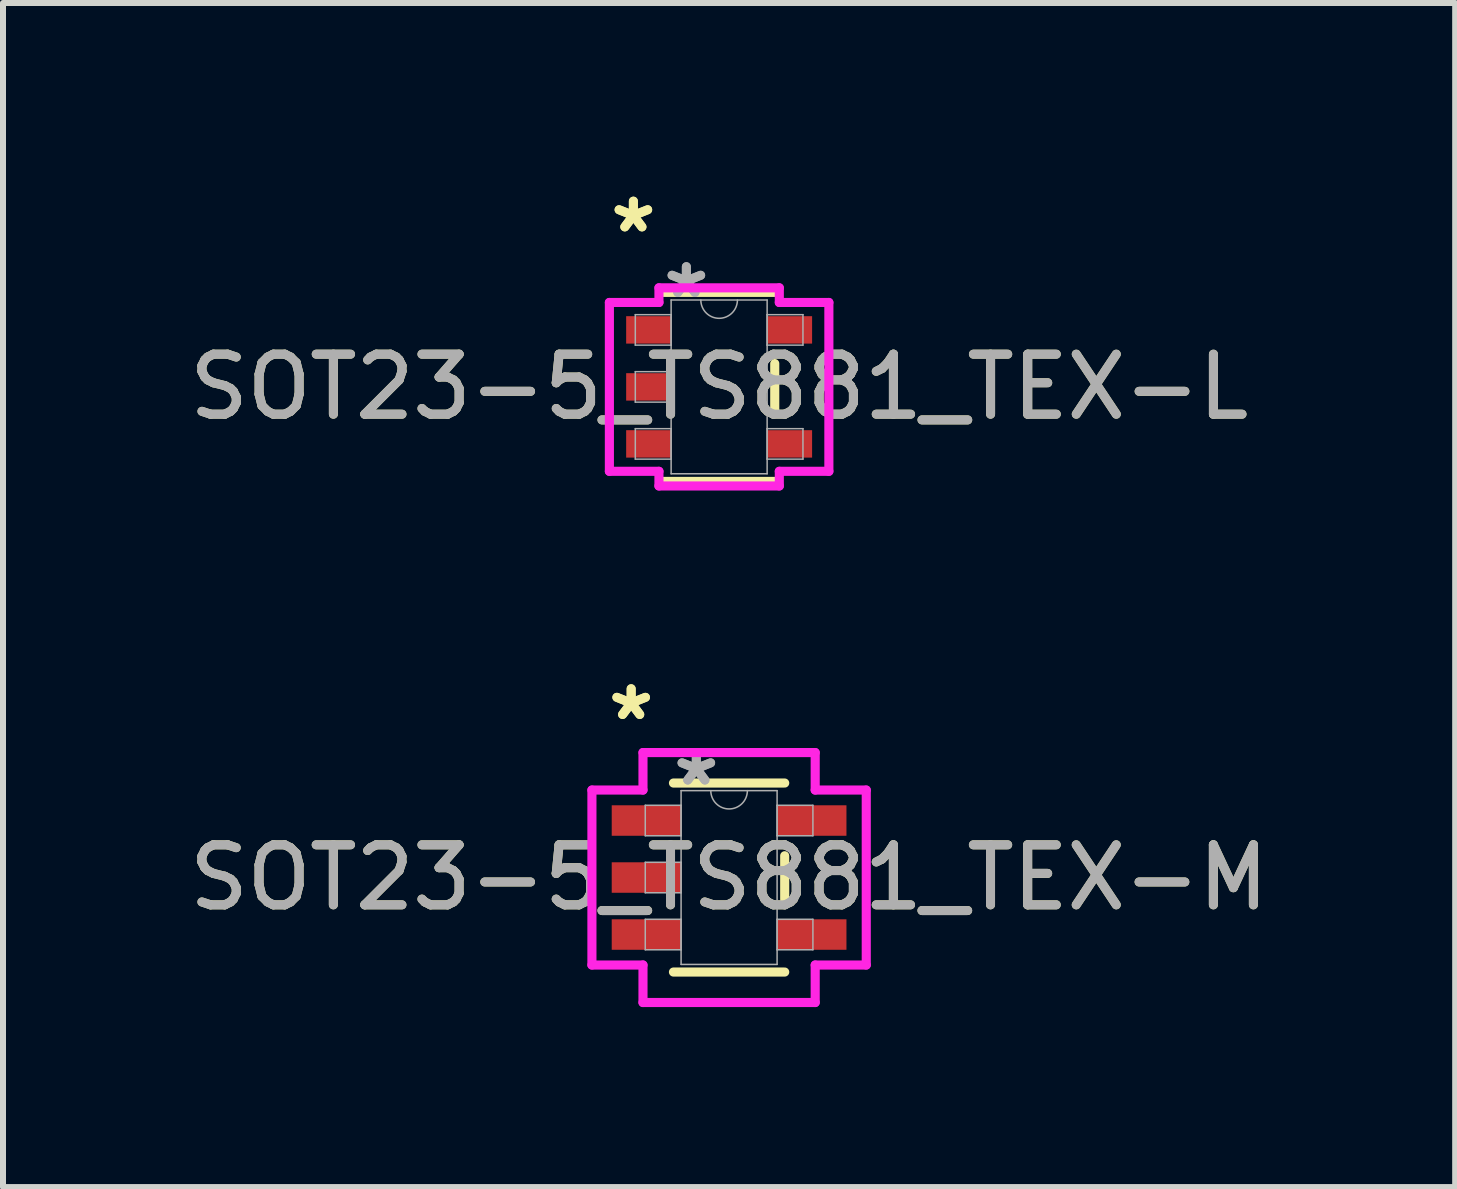
<source format=kicad_pcb>
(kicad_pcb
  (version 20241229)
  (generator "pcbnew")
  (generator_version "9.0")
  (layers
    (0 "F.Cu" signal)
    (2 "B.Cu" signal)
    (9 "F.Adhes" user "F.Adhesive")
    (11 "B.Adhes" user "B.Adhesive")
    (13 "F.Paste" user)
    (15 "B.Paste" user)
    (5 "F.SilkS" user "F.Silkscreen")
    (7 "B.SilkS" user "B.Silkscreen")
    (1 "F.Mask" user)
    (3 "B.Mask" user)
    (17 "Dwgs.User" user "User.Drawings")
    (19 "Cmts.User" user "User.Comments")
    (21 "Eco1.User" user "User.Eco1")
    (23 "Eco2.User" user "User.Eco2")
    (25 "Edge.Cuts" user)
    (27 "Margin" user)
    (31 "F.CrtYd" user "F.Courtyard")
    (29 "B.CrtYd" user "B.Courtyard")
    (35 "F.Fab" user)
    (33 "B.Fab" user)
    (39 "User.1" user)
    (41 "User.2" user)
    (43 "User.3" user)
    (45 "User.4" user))
  (footprint "SOT23-5_TS881_TEX-L"
    (layer "F.Cu")
    (at 8.935 3.398)
    (property "Reference" "SOT23-5_TS881_TEX-L" (at 0 0 0) (unlocked yes) (layer "F.SilkS") (effects (font (size 1 1) (thickness 0.15))))
    (attr smd)
    (fp_line (start -0.927 1.575) (end 0.927 1.575) (stroke (width 0.152) (type solid)) (layer "F.SilkS"))
    (fp_line (start 0.927 -1.575) (end -0.927 -1.575) (stroke (width 0.152) (type solid)) (layer "F.SilkS"))
    (fp_line (start 0.927 0.389) (end 0.927 -0.389) (stroke (width 0.152) (type solid)) (layer "F.SilkS"))
    (fp_line (start -1.829 -1.407) (end -1.003 -1.407) (stroke (width 0.152) (type solid)) (layer "F.CrtYd"))
    (fp_line (start -1.829 1.407) (end -1.829 -1.407) (stroke (width 0.152) (type solid)) (layer "F.CrtYd"))
    (fp_line (start -1.003 -1.651) (end 1.003 -1.651) (stroke (width 0.152) (type solid)) (layer "F.CrtYd"))
    (fp_line (start -1.003 -1.407) (end -1.003 -1.651) (stroke (width 0.152) (type solid)) (layer "F.CrtYd"))
    (fp_line (start -1.003 1.407) (end -1.829 1.407) (stroke (width 0.152) (type solid)) (layer "F.CrtYd"))
    (fp_line (start -1.003 1.651) (end -1.003 1.407) (stroke (width 0.152) (type solid)) (layer "F.CrtYd"))
    (fp_line (start 1.003 -1.651) (end 1.003 -1.407) (stroke (width 0.152) (type solid)) (layer "F.CrtYd"))
    (fp_line (start 1.003 -1.407) (end 1.829 -1.407) (stroke (width 0.152) (type solid)) (layer "F.CrtYd"))
    (fp_line (start 1.003 1.407) (end 1.003 1.651) (stroke (width 0.152) (type solid)) (layer "F.CrtYd"))
    (fp_line (start 1.003 1.651) (end -1.003 1.651) (stroke (width 0.152) (type solid)) (layer "F.CrtYd"))
    (fp_line (start 1.829 -1.407) (end 1.829 1.407) (stroke (width 0.152) (type solid)) (layer "F.CrtYd"))
    (fp_line (start 1.829 1.407) (end 1.003 1.407) (stroke (width 0.152) (type solid)) (layer "F.CrtYd"))
    (fp_line (start -1.397 -1.204) (end -1.397 -0.696) (stroke (width 0.025) (type solid)) (layer "F.Fab"))
    (fp_line (start -1.397 -0.696) (end -0.8 -0.696) (stroke (width 0.025) (type solid)) (layer "F.Fab"))
    (fp_line (start -1.397 -0.254) (end -1.397 0.254) (stroke (width 0.025) (type solid)) (layer "F.Fab"))
    (fp_line (start -1.397 0.254) (end -0.8 0.254) (stroke (width 0.025) (type solid)) (layer "F.Fab"))
    (fp_line (start -1.397 0.696) (end -1.397 1.204) (stroke (width 0.025) (type solid)) (layer "F.Fab"))
    (fp_line (start -1.397 1.204) (end -0.8 1.204) (stroke (width 0.025) (type solid)) (layer "F.Fab"))
    (fp_line (start -0.8 -1.448) (end -0.8 1.448) (stroke (width 0.025) (type solid)) (layer "F.Fab"))
    (fp_line (start -0.8 -1.204) (end -1.397 -1.204) (stroke (width 0.025) (type solid)) (layer "F.Fab"))
    (fp_line (start -0.8 -0.696) (end -0.8 -1.204) (stroke (width 0.025) (type solid)) (layer "F.Fab"))
    (fp_line (start -0.8 -0.254) (end -1.397 -0.254) (stroke (width 0.025) (type solid)) (layer "F.Fab"))
    (fp_line (start -0.8 0.254) (end -0.8 -0.254) (stroke (width 0.025) (type solid)) (layer "F.Fab"))
    (fp_line (start -0.8 0.696) (end -1.397 0.696) (stroke (width 0.025) (type solid)) (layer "F.Fab"))
    (fp_line (start -0.8 1.204) (end -0.8 0.696) (stroke (width 0.025) (type solid)) (layer "F.Fab"))
    (fp_line (start -0.8 1.448) (end 0.8 1.448) (stroke (width 0.025) (type solid)) (layer "F.Fab"))
    (fp_line (start 0.8 -1.448) (end -0.8 -1.448) (stroke (width 0.025) (type solid)) (layer "F.Fab"))
    (fp_line (start 0.8 -1.204) (end 0.8 -0.696) (stroke (width 0.025) (type solid)) (layer "F.Fab"))
    (fp_line (start 0.8 -0.696) (end 1.397 -0.696) (stroke (width 0.025) (type solid)) (layer "F.Fab"))
    (fp_line (start 0.8 0.696) (end 0.8 1.204) (stroke (width 0.025) (type solid)) (layer "F.Fab"))
    (fp_line (start 0.8 1.204) (end 1.397 1.204) (stroke (width 0.025) (type solid)) (layer "F.Fab"))
    (fp_line (start 0.8 1.448) (end 0.8 -1.448) (stroke (width 0.025) (type solid)) (layer "F.Fab"))
    (fp_line (start 1.397 -1.204) (end 0.8 -1.204) (stroke (width 0.025) (type solid)) (layer "F.Fab"))
    (fp_line (start 1.397 -0.696) (end 1.397 -1.204) (stroke (width 0.025) (type solid)) (layer "F.Fab"))
    (fp_line (start 1.397 0.696) (end 0.8 0.696) (stroke (width 0.025) (type solid)) (layer "F.Fab"))
    (fp_line (start 1.397 1.204) (end 1.397 0.696) (stroke (width 0.025) (type solid)) (layer "F.Fab"))
    (fp_arc (start 0.3048 -1.4478) (mid 0 -1.143) (end -0.3048 -1.4478) (stroke (width 0.0254) (type solid)) (layer "F.Fab"))
    (fp_text user "*" (at -1.429 -2.55 0) (layer "F.SilkS") (effects (font (size 1 1) (thickness 0.15))))
    (fp_text user "*" (at -1.429 -2.55 0) (unlocked yes) (layer "F.SilkS") (effects (font (size 1 1) (thickness 0.15))))
    (fp_text user "${REFERENCE}" (at 0 0 0) (unlocked yes) (layer "F.Fab") (effects (font (size 1 1) (thickness 0.15))))
    (fp_text user "*" (at -0.546 -1.458 0) (unlocked yes) (layer "F.Fab") (effects (font (size 1 1) (thickness 0.15))))
    (fp_text user "*" (at -0.546 -1.458 0) (layer "F.Fab") (effects (font (size 1 1) (thickness 0.15))))
    (pad "1" smd rect (at -1.175 -0.95) (size 0.749 0.457) (layers "F.Cu" "F.Mask" "F.Paste"))
    (pad "2" smd rect (at -1.175 0) (size 0.749 0.457) (layers "F.Cu" "F.Mask" "F.Paste"))
    (pad "3" smd rect (at -1.175 0.95) (size 0.749 0.457) (layers "F.Cu" "F.Mask" "F.Paste"))
    (pad "4" smd rect (at 1.175 0.95) (size 0.749 0.457) (layers "F.Cu" "F.Mask" "F.Paste"))
    (pad "5" smd rect (at 1.175 -0.95) (size 0.749 0.457) (layers "F.Cu" "F.Mask" "F.Paste")))
  (footprint "SOT23-5_TS881_TEX-M"
    (layer "F.Cu")
    (at 9.101 11.575)
    (property "Reference" "SOT23-5_TS881_TEX-M" (at 0 0 0) (unlocked yes) (layer "F.SilkS") (effects (font (size 1 1) (thickness 0.15))))
    (attr smd)
    (fp_line (start -0.927 1.575) (end 0.927 1.575) (stroke (width 0.152) (type solid)) (layer "F.SilkS"))
    (fp_line (start 0.927 -1.575) (end -0.927 -1.575) (stroke (width 0.152) (type solid)) (layer "F.SilkS"))
    (fp_line (start 0.927 0.363) (end 0.927 -0.363) (stroke (width 0.152) (type solid)) (layer "F.SilkS"))
    (fp_line (start -2.286 -1.458) (end -1.435 -1.458) (stroke (width 0.152) (type solid)) (layer "F.CrtYd"))
    (fp_line (start -2.286 1.458) (end -2.286 -1.458) (stroke (width 0.152) (type solid)) (layer "F.CrtYd"))
    (fp_line (start -1.435 -2.083) (end 1.435 -2.083) (stroke (width 0.152) (type solid)) (layer "F.CrtYd"))
    (fp_line (start -1.435 -1.458) (end -1.435 -2.083) (stroke (width 0.152) (type solid)) (layer "F.CrtYd"))
    (fp_line (start -1.435 1.458) (end -2.286 1.458) (stroke (width 0.152) (type solid)) (layer "F.CrtYd"))
    (fp_line (start -1.435 2.083) (end -1.435 1.458) (stroke (width 0.152) (type solid)) (layer "F.CrtYd"))
    (fp_line (start 1.435 -2.083) (end 1.435 -1.458) (stroke (width 0.152) (type solid)) (layer "F.CrtYd"))
    (fp_line (start 1.435 -1.458) (end 2.286 -1.458) (stroke (width 0.152) (type solid)) (layer "F.CrtYd"))
    (fp_line (start 1.435 1.458) (end 1.435 2.083) (stroke (width 0.152) (type solid)) (layer "F.CrtYd"))
    (fp_line (start 1.435 2.083) (end -1.435 2.083) (stroke (width 0.152) (type solid)) (layer "F.CrtYd"))
    (fp_line (start 2.286 -1.458) (end 2.286 1.458) (stroke (width 0.152) (type solid)) (layer "F.CrtYd"))
    (fp_line (start 2.286 1.458) (end 1.435 1.458) (stroke (width 0.152) (type solid)) (layer "F.CrtYd"))
    (fp_line (start -1.397 -1.204) (end -1.397 -0.696) (stroke (width 0.025) (type solid)) (layer "F.Fab"))
    (fp_line (start -1.397 -0.696) (end -0.8 -0.696) (stroke (width 0.025) (type solid)) (layer "F.Fab"))
    (fp_line (start -1.397 -0.254) (end -1.397 0.254) (stroke (width 0.025) (type solid)) (layer "F.Fab"))
    (fp_line (start -1.397 0.254) (end -0.8 0.254) (stroke (width 0.025) (type solid)) (layer "F.Fab"))
    (fp_line (start -1.397 0.696) (end -1.397 1.204) (stroke (width 0.025) (type solid)) (layer "F.Fab"))
    (fp_line (start -1.397 1.204) (end -0.8 1.204) (stroke (width 0.025) (type solid)) (layer "F.Fab"))
    (fp_line (start -0.8 -1.448) (end -0.8 1.448) (stroke (width 0.025) (type solid)) (layer "F.Fab"))
    (fp_line (start -0.8 -1.204) (end -1.397 -1.204) (stroke (width 0.025) (type solid)) (layer "F.Fab"))
    (fp_line (start -0.8 -0.696) (end -0.8 -1.204) (stroke (width 0.025) (type solid)) (layer "F.Fab"))
    (fp_line (start -0.8 -0.254) (end -1.397 -0.254) (stroke (width 0.025) (type solid)) (layer "F.Fab"))
    (fp_line (start -0.8 0.254) (end -0.8 -0.254) (stroke (width 0.025) (type solid)) (layer "F.Fab"))
    (fp_line (start -0.8 0.696) (end -1.397 0.696) (stroke (width 0.025) (type solid)) (layer "F.Fab"))
    (fp_line (start -0.8 1.204) (end -0.8 0.696) (stroke (width 0.025) (type solid)) (layer "F.Fab"))
    (fp_line (start -0.8 1.448) (end 0.8 1.448) (stroke (width 0.025) (type solid)) (layer "F.Fab"))
    (fp_line (start 0.8 -1.448) (end -0.8 -1.448) (stroke (width 0.025) (type solid)) (layer "F.Fab"))
    (fp_line (start 0.8 -1.204) (end 0.8 -0.696) (stroke (width 0.025) (type solid)) (layer "F.Fab"))
    (fp_line (start 0.8 -0.696) (end 1.397 -0.696) (stroke (width 0.025) (type solid)) (layer "F.Fab"))
    (fp_line (start 0.8 0.696) (end 0.8 1.204) (stroke (width 0.025) (type solid)) (layer "F.Fab"))
    (fp_line (start 0.8 1.204) (end 1.397 1.204) (stroke (width 0.025) (type solid)) (layer "F.Fab"))
    (fp_line (start 0.8 1.448) (end 0.8 -1.448) (stroke (width 0.025) (type solid)) (layer "F.Fab"))
    (fp_line (start 1.397 -1.204) (end 0.8 -1.204) (stroke (width 0.025) (type solid)) (layer "F.Fab"))
    (fp_line (start 1.397 -0.696) (end 1.397 -1.204) (stroke (width 0.025) (type solid)) (layer "F.Fab"))
    (fp_line (start 1.397 0.696) (end 0.8 0.696) (stroke (width 0.025) (type solid)) (layer "F.Fab"))
    (fp_line (start 1.397 1.204) (end 1.397 0.696) (stroke (width 0.025) (type solid)) (layer "F.Fab"))
    (fp_arc (start 0.3048 -1.4478) (mid 0 -1.143) (end -0.3048 -1.4478) (stroke (width 0.0254) (type solid)) (layer "F.Fab"))
    (fp_text user "*" (at -1.632 -2.601 0) (layer "F.SilkS") (effects (font (size 1 1) (thickness 0.15))))
    (fp_text user "*" (at -1.632 -2.601 0) (unlocked yes) (layer "F.SilkS") (effects (font (size 1 1) (thickness 0.15))))
    (fp_text user "${REFERENCE}" (at 0 0 0) (unlocked yes) (layer "F.Fab") (effects (font (size 1 1) (thickness 0.15))))
    (fp_text user "*" (at -0.546 -1.509 0) (unlocked yes) (layer "F.Fab") (effects (font (size 1 1) (thickness 0.15))))
    (fp_text user "*" (at -0.546 -1.509 0) (layer "F.Fab") (effects (font (size 1 1) (thickness 0.15))))
    (pad "1" smd rect (at -1.378 -0.95) (size 1.156 0.508) (layers "F.Cu" "F.Mask" "F.Paste"))
    (pad "2" smd rect (at -1.378 0) (size 1.156 0.508) (layers "F.Cu" "F.Mask" "F.Paste"))
    (pad "3" smd rect (at -1.378 0.95) (size 1.156 0.508) (layers "F.Cu" "F.Mask" "F.Paste"))
    (pad "4" smd rect (at 1.378 0.95) (size 1.156 0.508) (layers "F.Cu" "F.Mask" "F.Paste"))
    (pad "5" smd rect (at 1.378 -0.95) (size 1.156 0.508) (layers "F.Cu" "F.Mask" "F.Paste")))
  (gr_rect
    (start -3 -3)
    (end 21.202 16.734)
    (stroke (width 0.1) (type default))
    (fill no)
    (layer "Edge.Cuts")))
</source>
